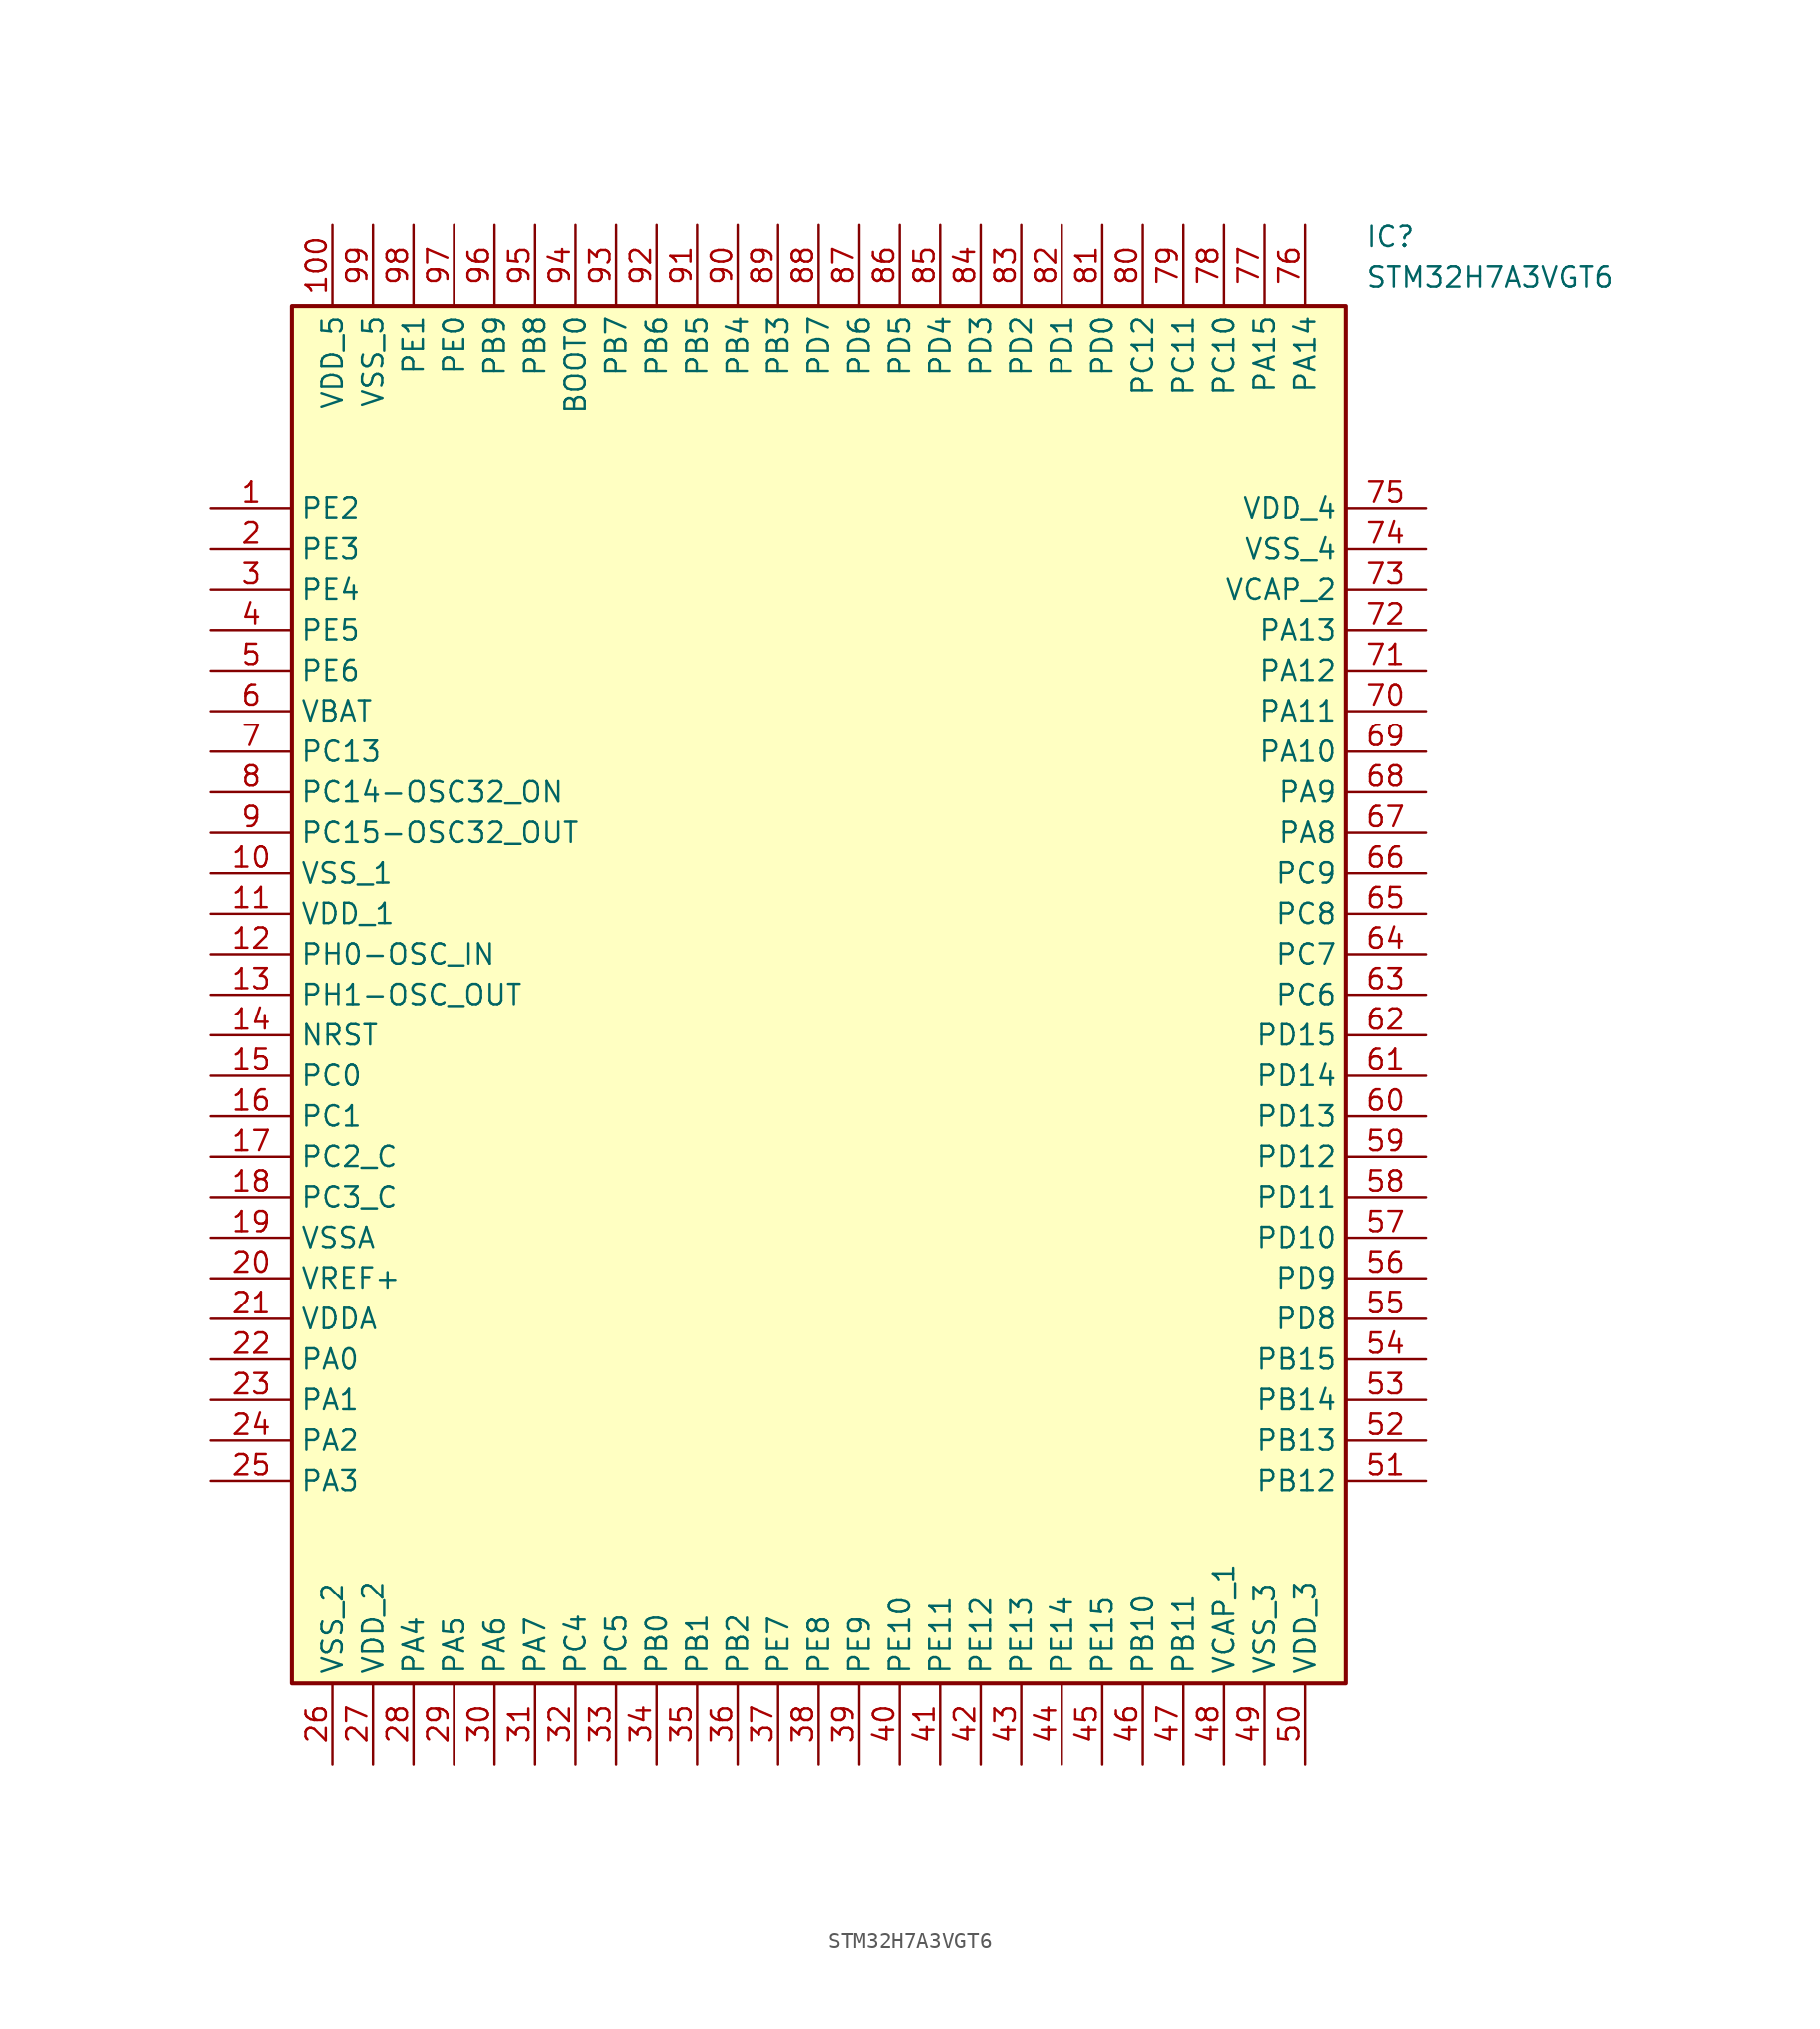
<source format=kicad_sym>
(kicad_symbol_lib
  (version 20211014)
  (generator SamacSys_ECAD_Model)
  (symbol "STM32H7A3VGT6"
    (property "Reference" "IC"
      (at 72.39 17.78 0)
      (effects (font (size 1.27 1.27)) (justify left top)))
    (property "Value" "STM32H7A3VGT6"
      (at 72.39 15.24 0)
      (effects (font (size 1.27 1.27)) (justify left top)))
    (rectangle
      (start 5.08 12.7)
      (end 71.12 -73.66)
      (stroke (width 0.254) (type default))
      (fill (type background)))
    (pin passive line
      (at 0 0 0)
      (length 5.08)
      (name "PE2" (effects (font (size 1.27 1.27))))
      (number "1" (effects (font (size 1.27 1.27)))))
    (pin passive line
      (at 0 -2.54 0)
      (length 5.08)
      (name "PE3" (effects (font (size 1.27 1.27))))
      (number "2" (effects (font (size 1.27 1.27)))))
    (pin passive line
      (at 0 -5.08 0)
      (length 5.08)
      (name "PE4" (effects (font (size 1.27 1.27))))
      (number "3" (effects (font (size 1.27 1.27)))))
    (pin passive line
      (at 0 -7.62 0)
      (length 5.08)
      (name "PE5" (effects (font (size 1.27 1.27))))
      (number "4" (effects (font (size 1.27 1.27)))))
    (pin passive line
      (at 0 -10.16 0)
      (length 5.08)
      (name "PE6" (effects (font (size 1.27 1.27))))
      (number "5" (effects (font (size 1.27 1.27)))))
    (pin passive line
      (at 0 -12.7 0)
      (length 5.08)
      (name "VBAT" (effects (font (size 1.27 1.27))))
      (number "6" (effects (font (size 1.27 1.27)))))
    (pin passive line
      (at 0 -15.24 0)
      (length 5.08)
      (name "PC13" (effects (font (size 1.27 1.27))))
      (number "7" (effects (font (size 1.27 1.27)))))
    (pin passive line
      (at 0 -17.78 0)
      (length 5.08)
      (name "PC14-OSC32_ON" (effects (font (size 1.27 1.27))))
      (number "8" (effects (font (size 1.27 1.27)))))
    (pin passive line
      (at 0 -20.32 0)
      (length 5.08)
      (name "PC15-OSC32_OUT" (effects (font (size 1.27 1.27))))
      (number "9" (effects (font (size 1.27 1.27)))))
    (pin passive line
      (at 0 -22.86 0)
      (length 5.08)
      (name "VSS_1" (effects (font (size 1.27 1.27))))
      (number "10" (effects (font (size 1.27 1.27)))))
    (pin passive line
      (at 0 -25.4 0)
      (length 5.08)
      (name "VDD_1" (effects (font (size 1.27 1.27))))
      (number "11" (effects (font (size 1.27 1.27)))))
    (pin passive line
      (at 0 -27.94 0)
      (length 5.08)
      (name "PH0-OSC_IN" (effects (font (size 1.27 1.27))))
      (number "12" (effects (font (size 1.27 1.27)))))
    (pin passive line
      (at 0 -30.48 0)
      (length 5.08)
      (name "PH1-OSC_OUT" (effects (font (size 1.27 1.27))))
      (number "13" (effects (font (size 1.27 1.27)))))
    (pin passive line
      (at 0 -33.02 0)
      (length 5.08)
      (name "NRST" (effects (font (size 1.27 1.27))))
      (number "14" (effects (font (size 1.27 1.27)))))
    (pin passive line
      (at 0 -35.56 0)
      (length 5.08)
      (name "PC0" (effects (font (size 1.27 1.27))))
      (number "15" (effects (font (size 1.27 1.27)))))
    (pin passive line
      (at 0 -38.1 0)
      (length 5.08)
      (name "PC1" (effects (font (size 1.27 1.27))))
      (number "16" (effects (font (size 1.27 1.27)))))
    (pin passive line
      (at 0 -40.64 0)
      (length 5.08)
      (name "PC2_C" (effects (font (size 1.27 1.27))))
      (number "17" (effects (font (size 1.27 1.27)))))
    (pin passive line
      (at 0 -43.18 0)
      (length 5.08)
      (name "PC3_C" (effects (font (size 1.27 1.27))))
      (number "18" (effects (font (size 1.27 1.27)))))
    (pin passive line
      (at 0 -45.72 0)
      (length 5.08)
      (name "VSSA" (effects (font (size 1.27 1.27))))
      (number "19" (effects (font (size 1.27 1.27)))))
    (pin passive line
      (at 0 -48.26 0)
      (length 5.08)
      (name "VREF+" (effects (font (size 1.27 1.27))))
      (number "20" (effects (font (size 1.27 1.27)))))
    (pin passive line
      (at 0 -50.8 0)
      (length 5.08)
      (name "VDDA" (effects (font (size 1.27 1.27))))
      (number "21" (effects (font (size 1.27 1.27)))))
    (pin passive line
      (at 0 -53.34 0)
      (length 5.08)
      (name "PA0" (effects (font (size 1.27 1.27))))
      (number "22" (effects (font (size 1.27 1.27)))))
    (pin passive line
      (at 0 -55.88 0)
      (length 5.08)
      (name "PA1" (effects (font (size 1.27 1.27))))
      (number "23" (effects (font (size 1.27 1.27)))))
    (pin passive line
      (at 0 -58.42 0)
      (length 5.08)
      (name "PA2" (effects (font (size 1.27 1.27))))
      (number "24" (effects (font (size 1.27 1.27)))))
    (pin passive line
      (at 0 -60.96 0)
      (length 5.08)
      (name "PA3" (effects (font (size 1.27 1.27))))
      (number "25" (effects (font (size 1.27 1.27)))))
    (pin passive line
      (at 7.62 -78.74 90)
      (length 5.08)
      (name "VSS_2" (effects (font (size 1.27 1.27))))
      (number "26" (effects (font (size 1.27 1.27)))))
    (pin passive line
      (at 10.16 -78.74 90)
      (length 5.08)
      (name "VDD_2" (effects (font (size 1.27 1.27))))
      (number "27" (effects (font (size 1.27 1.27)))))
    (pin passive line
      (at 12.7 -78.74 90)
      (length 5.08)
      (name "PA4" (effects (font (size 1.27 1.27))))
      (number "28" (effects (font (size 1.27 1.27)))))
    (pin passive line
      (at 15.24 -78.74 90)
      (length 5.08)
      (name "PA5" (effects (font (size 1.27 1.27))))
      (number "29" (effects (font (size 1.27 1.27)))))
    (pin passive line
      (at 17.78 -78.74 90)
      (length 5.08)
      (name "PA6" (effects (font (size 1.27 1.27))))
      (number "30" (effects (font (size 1.27 1.27)))))
    (pin passive line
      (at 20.32 -78.74 90)
      (length 5.08)
      (name "PA7" (effects (font (size 1.27 1.27))))
      (number "31" (effects (font (size 1.27 1.27)))))
    (pin passive line
      (at 22.86 -78.74 90)
      (length 5.08)
      (name "PC4" (effects (font (size 1.27 1.27))))
      (number "32" (effects (font (size 1.27 1.27)))))
    (pin passive line
      (at 25.4 -78.74 90)
      (length 5.08)
      (name "PC5" (effects (font (size 1.27 1.27))))
      (number "33" (effects (font (size 1.27 1.27)))))
    (pin passive line
      (at 27.94 -78.74 90)
      (length 5.08)
      (name "PB0" (effects (font (size 1.27 1.27))))
      (number "34" (effects (font (size 1.27 1.27)))))
    (pin passive line
      (at 30.48 -78.74 90)
      (length 5.08)
      (name "PB1" (effects (font (size 1.27 1.27))))
      (number "35" (effects (font (size 1.27 1.27)))))
    (pin passive line
      (at 33.02 -78.74 90)
      (length 5.08)
      (name "PB2" (effects (font (size 1.27 1.27))))
      (number "36" (effects (font (size 1.27 1.27)))))
    (pin passive line
      (at 35.56 -78.74 90)
      (length 5.08)
      (name "PE7" (effects (font (size 1.27 1.27))))
      (number "37" (effects (font (size 1.27 1.27)))))
    (pin passive line
      (at 38.1 -78.74 90)
      (length 5.08)
      (name "PE8" (effects (font (size 1.27 1.27))))
      (number "38" (effects (font (size 1.27 1.27)))))
    (pin passive line
      (at 40.64 -78.74 90)
      (length 5.08)
      (name "PE9" (effects (font (size 1.27 1.27))))
      (number "39" (effects (font (size 1.27 1.27)))))
    (pin passive line
      (at 43.18 -78.74 90)
      (length 5.08)
      (name "PE10" (effects (font (size 1.27 1.27))))
      (number "40" (effects (font (size 1.27 1.27)))))
    (pin passive line
      (at 45.72 -78.74 90)
      (length 5.08)
      (name "PE11" (effects (font (size 1.27 1.27))))
      (number "41" (effects (font (size 1.27 1.27)))))
    (pin passive line
      (at 48.26 -78.74 90)
      (length 5.08)
      (name "PE12" (effects (font (size 1.27 1.27))))
      (number "42" (effects (font (size 1.27 1.27)))))
    (pin passive line
      (at 50.8 -78.74 90)
      (length 5.08)
      (name "PE13" (effects (font (size 1.27 1.27))))
      (number "43" (effects (font (size 1.27 1.27)))))
    (pin passive line
      (at 53.34 -78.74 90)
      (length 5.08)
      (name "PE14" (effects (font (size 1.27 1.27))))
      (number "44" (effects (font (size 1.27 1.27)))))
    (pin passive line
      (at 55.88 -78.74 90)
      (length 5.08)
      (name "PE15" (effects (font (size 1.27 1.27))))
      (number "45" (effects (font (size 1.27 1.27)))))
    (pin passive line
      (at 58.42 -78.74 90)
      (length 5.08)
      (name "PB10" (effects (font (size 1.27 1.27))))
      (number "46" (effects (font (size 1.27 1.27)))))
    (pin passive line
      (at 60.96 -78.74 90)
      (length 5.08)
      (name "PB11" (effects (font (size 1.27 1.27))))
      (number "47" (effects (font (size 1.27 1.27)))))
    (pin passive line
      (at 63.5 -78.74 90)
      (length 5.08)
      (name "VCAP_1" (effects (font (size 1.27 1.27))))
      (number "48" (effects (font (size 1.27 1.27)))))
    (pin passive line
      (at 66.04 -78.74 90)
      (length 5.08)
      (name "VSS_3" (effects (font (size 1.27 1.27))))
      (number "49" (effects (font (size 1.27 1.27)))))
    (pin passive line
      (at 68.58 -78.74 90)
      (length 5.08)
      (name "VDD_3" (effects (font (size 1.27 1.27))))
      (number "50" (effects (font (size 1.27 1.27)))))
    (pin passive line
      (at 76.2 0 180)
      (length 5.08)
      (name "VDD_4" (effects (font (size 1.27 1.27))))
      (number "75" (effects (font (size 1.27 1.27)))))
    (pin passive line
      (at 76.2 -2.54 180)
      (length 5.08)
      (name "VSS_4" (effects (font (size 1.27 1.27))))
      (number "74" (effects (font (size 1.27 1.27)))))
    (pin passive line
      (at 76.2 -5.08 180)
      (length 5.08)
      (name "VCAP_2" (effects (font (size 1.27 1.27))))
      (number "73" (effects (font (size 1.27 1.27)))))
    (pin passive line
      (at 76.2 -7.62 180)
      (length 5.08)
      (name "PA13" (effects (font (size 1.27 1.27))))
      (number "72" (effects (font (size 1.27 1.27)))))
    (pin passive line
      (at 76.2 -10.16 180)
      (length 5.08)
      (name "PA12" (effects (font (size 1.27 1.27))))
      (number "71" (effects (font (size 1.27 1.27)))))
    (pin passive line
      (at 76.2 -12.7 180)
      (length 5.08)
      (name "PA11" (effects (font (size 1.27 1.27))))
      (number "70" (effects (font (size 1.27 1.27)))))
    (pin passive line
      (at 76.2 -15.24 180)
      (length 5.08)
      (name "PA10" (effects (font (size 1.27 1.27))))
      (number "69" (effects (font (size 1.27 1.27)))))
    (pin passive line
      (at 76.2 -17.78 180)
      (length 5.08)
      (name "PA9" (effects (font (size 1.27 1.27))))
      (number "68" (effects (font (size 1.27 1.27)))))
    (pin passive line
      (at 76.2 -20.32 180)
      (length 5.08)
      (name "PA8" (effects (font (size 1.27 1.27))))
      (number "67" (effects (font (size 1.27 1.27)))))
    (pin passive line
      (at 76.2 -22.86 180)
      (length 5.08)
      (name "PC9" (effects (font (size 1.27 1.27))))
      (number "66" (effects (font (size 1.27 1.27)))))
    (pin passive line
      (at 76.2 -25.4 180)
      (length 5.08)
      (name "PC8" (effects (font (size 1.27 1.27))))
      (number "65" (effects (font (size 1.27 1.27)))))
    (pin passive line
      (at 76.2 -27.94 180)
      (length 5.08)
      (name "PC7" (effects (font (size 1.27 1.27))))
      (number "64" (effects (font (size 1.27 1.27)))))
    (pin passive line
      (at 76.2 -30.48 180)
      (length 5.08)
      (name "PC6" (effects (font (size 1.27 1.27))))
      (number "63" (effects (font (size 1.27 1.27)))))
    (pin passive line
      (at 76.2 -33.02 180)
      (length 5.08)
      (name "PD15" (effects (font (size 1.27 1.27))))
      (number "62" (effects (font (size 1.27 1.27)))))
    (pin passive line
      (at 76.2 -35.56 180)
      (length 5.08)
      (name "PD14" (effects (font (size 1.27 1.27))))
      (number "61" (effects (font (size 1.27 1.27)))))
    (pin passive line
      (at 76.2 -38.1 180)
      (length 5.08)
      (name "PD13" (effects (font (size 1.27 1.27))))
      (number "60" (effects (font (size 1.27 1.27)))))
    (pin passive line
      (at 76.2 -40.64 180)
      (length 5.08)
      (name "PD12" (effects (font (size 1.27 1.27))))
      (number "59" (effects (font (size 1.27 1.27)))))
    (pin passive line
      (at 76.2 -43.18 180)
      (length 5.08)
      (name "PD11" (effects (font (size 1.27 1.27))))
      (number "58" (effects (font (size 1.27 1.27)))))
    (pin passive line
      (at 76.2 -45.72 180)
      (length 5.08)
      (name "PD10" (effects (font (size 1.27 1.27))))
      (number "57" (effects (font (size 1.27 1.27)))))
    (pin passive line
      (at 76.2 -48.26 180)
      (length 5.08)
      (name "PD9" (effects (font (size 1.27 1.27))))
      (number "56" (effects (font (size 1.27 1.27)))))
    (pin passive line
      (at 76.2 -50.8 180)
      (length 5.08)
      (name "PD8" (effects (font (size 1.27 1.27))))
      (number "55" (effects (font (size 1.27 1.27)))))
    (pin passive line
      (at 76.2 -53.34 180)
      (length 5.08)
      (name "PB15" (effects (font (size 1.27 1.27))))
      (number "54" (effects (font (size 1.27 1.27)))))
    (pin passive line
      (at 76.2 -55.88 180)
      (length 5.08)
      (name "PB14" (effects (font (size 1.27 1.27))))
      (number "53" (effects (font (size 1.27 1.27)))))
    (pin passive line
      (at 76.2 -58.42 180)
      (length 5.08)
      (name "PB13" (effects (font (size 1.27 1.27))))
      (number "52" (effects (font (size 1.27 1.27)))))
    (pin passive line
      (at 76.2 -60.96 180)
      (length 5.08)
      (name "PB12" (effects (font (size 1.27 1.27))))
      (number "51" (effects (font (size 1.27 1.27)))))
    (pin passive line
      (at 7.62 17.78 270)
      (length 5.08)
      (name "VDD_5" (effects (font (size 1.27 1.27))))
      (number "100" (effects (font (size 1.27 1.27)))))
    (pin passive line
      (at 10.16 17.78 270)
      (length 5.08)
      (name "VSS_5" (effects (font (size 1.27 1.27))))
      (number "99" (effects (font (size 1.27 1.27)))))
    (pin passive line
      (at 12.7 17.78 270)
      (length 5.08)
      (name "PE1" (effects (font (size 1.27 1.27))))
      (number "98" (effects (font (size 1.27 1.27)))))
    (pin passive line
      (at 15.24 17.78 270)
      (length 5.08)
      (name "PE0" (effects (font (size 1.27 1.27))))
      (number "97" (effects (font (size 1.27 1.27)))))
    (pin passive line
      (at 17.78 17.78 270)
      (length 5.08)
      (name "PB9" (effects (font (size 1.27 1.27))))
      (number "96" (effects (font (size 1.27 1.27)))))
    (pin passive line
      (at 20.32 17.78 270)
      (length 5.08)
      (name "PB8" (effects (font (size 1.27 1.27))))
      (number "95" (effects (font (size 1.27 1.27)))))
    (pin passive line
      (at 22.86 17.78 270)
      (length 5.08)
      (name "BOOT0" (effects (font (size 1.27 1.27))))
      (number "94" (effects (font (size 1.27 1.27)))))
    (pin passive line
      (at 25.4 17.78 270)
      (length 5.08)
      (name "PB7" (effects (font (size 1.27 1.27))))
      (number "93" (effects (font (size 1.27 1.27)))))
    (pin passive line
      (at 27.94 17.78 270)
      (length 5.08)
      (name "PB6" (effects (font (size 1.27 1.27))))
      (number "92" (effects (font (size 1.27 1.27)))))
    (pin passive line
      (at 30.48 17.78 270)
      (length 5.08)
      (name "PB5" (effects (font (size 1.27 1.27))))
      (number "91" (effects (font (size 1.27 1.27)))))
    (pin passive line
      (at 33.02 17.78 270)
      (length 5.08)
      (name "PB4" (effects (font (size 1.27 1.27))))
      (number "90" (effects (font (size 1.27 1.27)))))
    (pin passive line
      (at 35.56 17.78 270)
      (length 5.08)
      (name "PB3" (effects (font (size 1.27 1.27))))
      (number "89" (effects (font (size 1.27 1.27)))))
    (pin passive line
      (at 38.1 17.78 270)
      (length 5.08)
      (name "PD7" (effects (font (size 1.27 1.27))))
      (number "88" (effects (font (size 1.27 1.27)))))
    (pin passive line
      (at 40.64 17.78 270)
      (length 5.08)
      (name "PD6" (effects (font (size 1.27 1.27))))
      (number "87" (effects (font (size 1.27 1.27)))))
    (pin passive line
      (at 43.18 17.78 270)
      (length 5.08)
      (name "PD5" (effects (font (size 1.27 1.27))))
      (number "86" (effects (font (size 1.27 1.27)))))
    (pin passive line
      (at 45.72 17.78 270)
      (length 5.08)
      (name "PD4" (effects (font (size 1.27 1.27))))
      (number "85" (effects (font (size 1.27 1.27)))))
    (pin passive line
      (at 48.26 17.78 270)
      (length 5.08)
      (name "PD3" (effects (font (size 1.27 1.27))))
      (number "84" (effects (font (size 1.27 1.27)))))
    (pin passive line
      (at 50.8 17.78 270)
      (length 5.08)
      (name "PD2" (effects (font (size 1.27 1.27))))
      (number "83" (effects (font (size 1.27 1.27)))))
    (pin passive line
      (at 53.34 17.78 270)
      (length 5.08)
      (name "PD1" (effects (font (size 1.27 1.27))))
      (number "82" (effects (font (size 1.27 1.27)))))
    (pin passive line
      (at 55.88 17.78 270)
      (length 5.08)
      (name "PD0" (effects (font (size 1.27 1.27))))
      (number "81" (effects (font (size 1.27 1.27)))))
    (pin passive line
      (at 58.42 17.78 270)
      (length 5.08)
      (name "PC12" (effects (font (size 1.27 1.27))))
      (number "80" (effects (font (size 1.27 1.27)))))
    (pin passive line
      (at 60.96 17.78 270)
      (length 5.08)
      (name "PC11" (effects (font (size 1.27 1.27))))
      (number "79" (effects (font (size 1.27 1.27)))))
    (pin passive line
      (at 63.5 17.78 270)
      (length 5.08)
      (name "PC10" (effects (font (size 1.27 1.27))))
      (number "78" (effects (font (size 1.27 1.27)))))
    (pin passive line
      (at 66.04 17.78 270)
      (length 5.08)
      (name "PA15" (effects (font (size 1.27 1.27))))
      (number "77" (effects (font (size 1.27 1.27)))))
    (pin passive line
      (at 68.58 17.78 270)
      (length 5.08)
      (name "PA14" (effects (font (size 1.27 1.27))))
      (number "76" (effects (font (size 1.27 1.27)))))))
</source>
